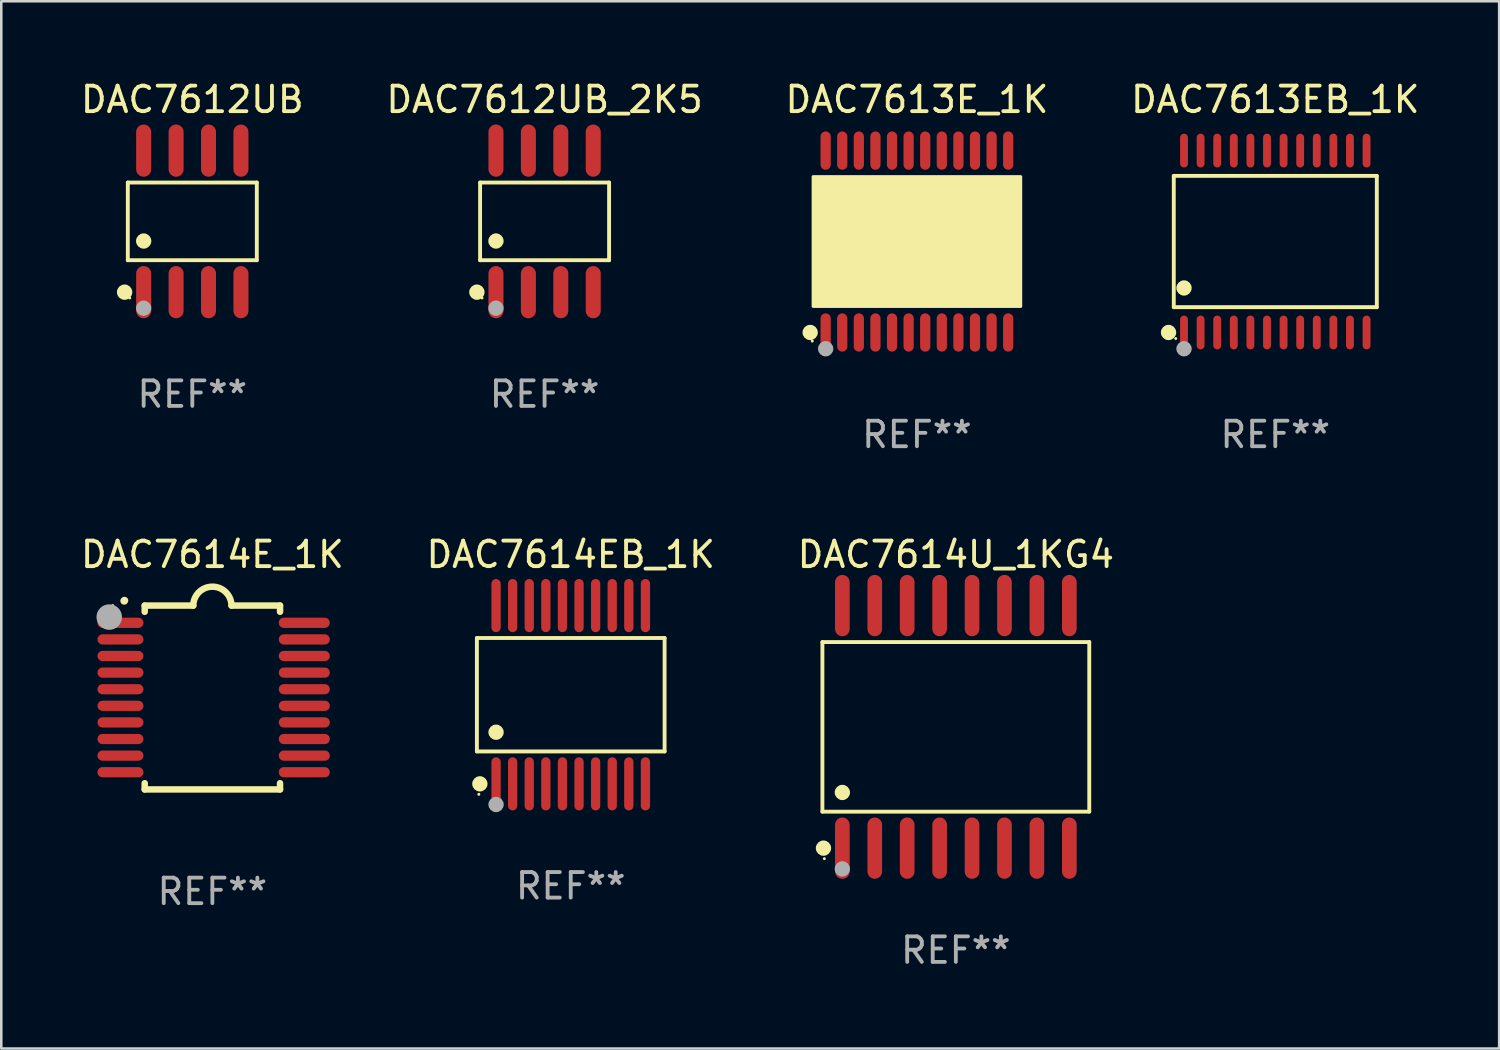
<source format=kicad_pcb>
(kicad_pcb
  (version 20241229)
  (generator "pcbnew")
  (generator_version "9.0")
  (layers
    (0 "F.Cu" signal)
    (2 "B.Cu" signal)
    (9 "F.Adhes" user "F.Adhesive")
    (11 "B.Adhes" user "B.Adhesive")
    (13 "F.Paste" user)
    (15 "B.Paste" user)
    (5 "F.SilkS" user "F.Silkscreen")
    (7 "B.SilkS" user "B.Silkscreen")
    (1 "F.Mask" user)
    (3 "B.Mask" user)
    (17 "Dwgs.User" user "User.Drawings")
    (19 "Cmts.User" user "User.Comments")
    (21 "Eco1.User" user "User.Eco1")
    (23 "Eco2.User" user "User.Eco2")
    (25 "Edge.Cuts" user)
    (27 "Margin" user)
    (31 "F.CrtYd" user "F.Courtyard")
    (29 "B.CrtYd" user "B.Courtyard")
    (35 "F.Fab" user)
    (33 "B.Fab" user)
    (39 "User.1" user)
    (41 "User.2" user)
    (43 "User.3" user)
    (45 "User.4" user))
  (footprint "DAC7612UB_2K5"
    (layer "F.Cu")
    (at 18.28 5.621)
    (property "Reference" "DAC7612UB_2K5" (at 0 -4.772 0) (layer "F.SilkS") (effects (font (size 1 1) (thickness 0.15))))
    (attr through_hole)
    (fp_line (start -2.526 -1.521) (end 2.526 -1.521) (stroke (width 0.152) (type solid)) (layer "F.SilkS"))
    (fp_line (start -2.526 1.521) (end -2.526 -1.521) (stroke (width 0.152) (type solid)) (layer "F.SilkS"))
    (fp_line (start 2.526 -1.521) (end 2.526 1.521) (stroke (width 0.152) (type solid)) (layer "F.SilkS"))
    (fp_line (start 2.526 1.521) (end -2.526 1.521) (stroke (width 0.152) (type solid)) (layer "F.SilkS"))
    (fp_circle (center -2.652 2.772) (end -2.501 2.772) (stroke (width 0.3) (type solid)) (fill no) (layer "F.SilkS"))
    (fp_circle (center -2.45 3) (end -2.42 3) (stroke (width 0.06) (type solid)) (fill no) (layer "F.SilkS"))
    (fp_circle (center -1.905 0.769) (end -1.755 0.769) (stroke (width 0.3) (type solid)) (fill no) (layer "F.SilkS"))
    (fp_circle (center -1.905 3.4) (end -1.755 3.4) (stroke (width 0.3) (type solid)) (fill no) (layer "F.Fab"))
    (fp_text user "REF**" (at 0 6.772 0) (layer "F.Fab") (effects (font (size 1 1) (thickness 0.15))))
    (pad "1" smd oval (at -1.905 2.772) (size 0.588 2.045) (layers "F.Cu" "F.Mask" "F.Paste"))
    (pad "2" smd oval (at -0.635 2.772) (size 0.588 2.045) (layers "F.Cu" "F.Mask" "F.Paste"))
    (pad "3" smd oval (at 0.635 2.772) (size 0.588 2.045) (layers "F.Cu" "F.Mask" "F.Paste"))
    (pad "4" smd oval (at 1.905 2.772) (size 0.588 2.045) (layers "F.Cu" "F.Mask" "F.Paste"))
    (pad "5" smd oval (at 1.905 -2.772) (size 0.588 2.045) (layers "F.Cu" "F.Mask" "F.Paste"))
    (pad "6" smd oval (at 0.635 -2.772) (size 0.588 2.045) (layers "F.Cu" "F.Mask" "F.Paste"))
    (pad "7" smd oval (at -0.635 -2.772) (size 0.588 2.045) (layers "F.Cu" "F.Mask" "F.Paste"))
    (pad "8" smd oval (at -1.905 -2.772) (size 0.588 2.045) (layers "F.Cu" "F.Mask" "F.Paste")))
  (footprint "DAC7614E_1K"
    (layer "F.Cu")
    (at 5.268 24.269)
    (property "Reference" "DAC7614E_1K" (at 0 -5.6 0) (layer "F.SilkS") (effects (font (size 1 1) (thickness 0.15))))
    (attr through_hole)
    (fp_line (start -2.65 -3.6) (end -2.65 -3.357) (stroke (width 0.254) (type solid)) (layer "F.SilkS"))
    (fp_line (start -2.65 -3.6) (end -0.75 -3.6) (stroke (width 0.254) (type solid)) (layer "F.SilkS"))
    (fp_line (start -2.65 3.357) (end -2.65 3.6) (stroke (width 0.254) (type solid)) (layer "F.SilkS"))
    (fp_line (start 2.65 -3.6) (end 0.75 -3.6) (stroke (width 0.254) (type solid)) (layer "F.SilkS"))
    (fp_line (start 2.65 -3.6) (end 2.65 -3.357) (stroke (width 0.254) (type solid)) (layer "F.SilkS"))
    (fp_line (start 2.65 3.357) (end 2.65 3.6) (stroke (width 0.254) (type solid)) (layer "F.SilkS"))
    (fp_line (start 2.65 3.6) (end -2.65 3.6) (stroke (width 0.254) (type solid)) (layer "F.SilkS"))
    (fp_arc (start -3.454407 -3.784608) (mid -3.449499 -3.78986) (end -3.444247 -3.794768) (stroke (width 0.3) (type solid)) (layer "F.SilkS"))
    (fp_arc (start -0.749301 -3.599186) (mid -0.000051 -4.348844) (end 0.750013 -3.6) (stroke (width 0.254001) (type solid)) (layer "F.SilkS"))
    (fp_circle (center -3.9 -3.6) (end -3.87 -3.6) (stroke (width 0.06) (type solid)) (fill no) (layer "F.SilkS"))
    (fp_circle (center -4.039 -3.15) (end -3.789 -3.15) (stroke (width 0.5) (type solid)) (fill no) (layer "F.Fab"))
    (fp_text user "REF**" (at 0 7.6 0) (layer "F.Fab") (effects (font (size 1 1) (thickness 0.15))))
    (pad "1" smd oval (at -3.6 -2.926 90) (size 0.4 1.8) (layers "F.Cu" "F.Mask" "F.Paste"))
    (pad "2" smd oval (at -3.6 -2.276 90) (size 0.4 1.8) (layers "F.Cu" "F.Mask" "F.Paste"))
    (pad "3" smd oval (at -3.6 -1.626 90) (size 0.4 1.8) (layers "F.Cu" "F.Mask" "F.Paste"))
    (pad "4" smd oval (at -3.6 -0.975 90) (size 0.4 1.8) (layers "F.Cu" "F.Mask" "F.Paste"))
    (pad "5" smd oval (at -3.6 -0.325 90) (size 0.4 1.8) (layers "F.Cu" "F.Mask" "F.Paste"))
    (pad "6" smd oval (at -3.6 0.325 90) (size 0.4 1.8) (layers "F.Cu" "F.Mask" "F.Paste"))
    (pad "7" smd oval (at -3.6 0.975 90) (size 0.4 1.8) (layers "F.Cu" "F.Mask" "F.Paste"))
    (pad "8" smd oval (at -3.6 1.626 90) (size 0.4 1.8) (layers "F.Cu" "F.Mask" "F.Paste"))
    (pad "9" smd oval (at -3.6 2.276 90) (size 0.4 1.8) (layers "F.Cu" "F.Mask" "F.Paste"))
    (pad "10" smd oval (at -3.6 2.926 90) (size 0.4 1.8) (layers "F.Cu" "F.Mask" "F.Paste"))
    (pad "11" smd oval (at 3.6 2.926 90) (size 0.4 2) (layers "F.Cu" "F.Mask" "F.Paste"))
    (pad "12" smd oval (at 3.6 2.276 90) (size 0.4 2) (layers "F.Cu" "F.Mask" "F.Paste"))
    (pad "13" smd oval (at 3.6 1.626 90) (size 0.4 2) (layers "F.Cu" "F.Mask" "F.Paste"))
    (pad "14" smd oval (at 3.6 0.975 90) (size 0.4 2) (layers "F.Cu" "F.Mask" "F.Paste"))
    (pad "15" smd oval (at 3.6 0.325 90) (size 0.4 2) (layers "F.Cu" "F.Mask" "F.Paste"))
    (pad "16" smd oval (at 3.6 -0.325 90) (size 0.4 2) (layers "F.Cu" "F.Mask" "F.Paste"))
    (pad "17" smd oval (at 3.6 -0.975 90) (size 0.4 2) (layers "F.Cu" "F.Mask" "F.Paste"))
    (pad "18" smd oval (at 3.6 -1.626 90) (size 0.4 2) (layers "F.Cu" "F.Mask" "F.Paste"))
    (pad "19" smd oval (at 3.6 -2.276 90) (size 0.4 2) (layers "F.Cu" "F.Mask" "F.Paste"))
    (pad "20" smd oval (at 3.6 -2.926 90) (size 0.4 2) (layers "F.Cu" "F.Mask" "F.Paste")))
  (footprint "DAC7613E_1K"
    (layer "F.Cu")
    (at 32.863 6.41)
    (property "Reference" "DAC7613E_1K" (at 0 -5.562 0) (layer "F.SilkS") (effects (font (size 1 1) (thickness 0.15))))
    (attr through_hole)
    (fp_circle (center -4.181 3.562) (end -4.031 3.562) (stroke (width 0.3) (type solid)) (fill no) (layer "F.SilkS"))
    (fp_circle (center -4.1 3.9) (end -4.07 3.9) (stroke (width 0.06) (type solid)) (fill no) (layer "F.SilkS"))
    (fp_circle (center -3.575 1.819) (end -3.425 1.819) (stroke (width 0.3) (type solid)) (fill no) (layer "F.SilkS"))
    (fp_poly (pts (xy -4.064 -2.54) (xy 4.064 -2.54) (xy 4.064 2.54) (xy -4.064 2.54)) (stroke (width 0.12) (type solid)) (fill yes) (layer "F.SilkS"))
    (fp_circle (center -3.575 4.2) (end -3.425 4.2) (stroke (width 0.3) (type solid)) (fill no) (layer "F.Fab"))
    (fp_text user "REF**" (at 0 7.562 0) (layer "F.Fab") (effects (font (size 1 1) (thickness 0.15))))
    (pad "1" smd oval (at -3.575 3.562) (size 0.4 1.5) (layers "F.Cu" "F.Mask" "F.Paste"))
    (pad "2" smd oval (at -2.925 3.562) (size 0.4 1.5) (layers "F.Cu" "F.Mask" "F.Paste"))
    (pad "3" smd oval (at -2.275 3.562) (size 0.4 1.5) (layers "F.Cu" "F.Mask" "F.Paste"))
    (pad "4" smd oval (at -1.625 3.562) (size 0.4 1.5) (layers "F.Cu" "F.Mask" "F.Paste"))
    (pad "5" smd oval (at -0.975 3.562) (size 0.4 1.5) (layers "F.Cu" "F.Mask" "F.Paste"))
    (pad "6" smd oval (at -0.325 3.562) (size 0.4 1.5) (layers "F.Cu" "F.Mask" "F.Paste"))
    (pad "7" smd oval (at 0.325 3.562) (size 0.4 1.5) (layers "F.Cu" "F.Mask" "F.Paste"))
    (pad "8" smd oval (at 0.975 3.562) (size 0.4 1.5) (layers "F.Cu" "F.Mask" "F.Paste"))
    (pad "9" smd oval (at 1.625 3.562) (size 0.4 1.5) (layers "F.Cu" "F.Mask" "F.Paste"))
    (pad "10" smd oval (at 2.275 3.562) (size 0.4 1.5) (layers "F.Cu" "F.Mask" "F.Paste"))
    (pad "11" smd oval (at 2.925 3.562) (size 0.4 1.5) (layers "F.Cu" "F.Mask" "F.Paste"))
    (pad "12" smd oval (at 3.575 3.562) (size 0.4 1.5) (layers "F.Cu" "F.Mask" "F.Paste"))
    (pad "13" smd oval (at 3.575 -3.562) (size 0.4 1.5) (layers "F.Cu" "F.Mask" "F.Paste"))
    (pad "14" smd oval (at 2.925 -3.562) (size 0.4 1.5) (layers "F.Cu" "F.Mask" "F.Paste"))
    (pad "15" smd oval (at 2.275 -3.562) (size 0.4 1.5) (layers "F.Cu" "F.Mask" "F.Paste"))
    (pad "16" smd oval (at 1.625 -3.562) (size 0.4 1.5) (layers "F.Cu" "F.Mask" "F.Paste"))
    (pad "17" smd oval (at 0.975 -3.562) (size 0.4 1.5) (layers "F.Cu" "F.Mask" "F.Paste"))
    (pad "18" smd oval (at 0.325 -3.562) (size 0.4 1.5) (layers "F.Cu" "F.Mask" "F.Paste"))
    (pad "19" smd oval (at -0.325 -3.562) (size 0.4 1.5) (layers "F.Cu" "F.Mask" "F.Paste"))
    (pad "20" smd oval (at -0.975 -3.562) (size 0.4 1.5) (layers "F.Cu" "F.Mask" "F.Paste"))
    (pad "21" smd oval (at -1.625 -3.562) (size 0.4 1.5) (layers "F.Cu" "F.Mask" "F.Paste"))
    (pad "22" smd oval (at -2.275 -3.562) (size 0.4 1.5) (layers "F.Cu" "F.Mask" "F.Paste"))
    (pad "23" smd oval (at -2.925 -3.562) (size 0.4 1.5) (layers "F.Cu" "F.Mask" "F.Paste"))
    (pad "24" smd oval (at -3.575 -3.562) (size 0.4 1.5) (layers "F.Cu" "F.Mask" "F.Paste")))
  (footprint "DAC7612UB"
    (layer "F.Cu")
    (at 4.482 5.621)
    (property "Reference" "DAC7612UB" (at 0 -4.772 0) (layer "F.SilkS") (effects (font (size 1 1) (thickness 0.15))))
    (attr through_hole)
    (fp_line (start -2.526 -1.521) (end 2.526 -1.521) (stroke (width 0.152) (type solid)) (layer "F.SilkS"))
    (fp_line (start -2.526 1.521) (end -2.526 -1.521) (stroke (width 0.152) (type solid)) (layer "F.SilkS"))
    (fp_line (start 2.526 -1.521) (end 2.526 1.521) (stroke (width 0.152) (type solid)) (layer "F.SilkS"))
    (fp_line (start 2.526 1.521) (end -2.526 1.521) (stroke (width 0.152) (type solid)) (layer "F.SilkS"))
    (fp_circle (center -2.652 2.772) (end -2.501 2.772) (stroke (width 0.3) (type solid)) (fill no) (layer "F.SilkS"))
    (fp_circle (center -2.45 3) (end -2.42 3) (stroke (width 0.06) (type solid)) (fill no) (layer "F.SilkS"))
    (fp_circle (center -1.905 0.769) (end -1.755 0.769) (stroke (width 0.3) (type solid)) (fill no) (layer "F.SilkS"))
    (fp_circle (center -1.905 3.4) (end -1.755 3.4) (stroke (width 0.3) (type solid)) (fill no) (layer "F.Fab"))
    (fp_text user "REF**" (at 0 6.772 0) (layer "F.Fab") (effects (font (size 1 1) (thickness 0.15))))
    (pad "1" smd oval (at -1.905 2.772) (size 0.588 2.045) (layers "F.Cu" "F.Mask" "F.Paste"))
    (pad "2" smd oval (at -0.635 2.772) (size 0.588 2.045) (layers "F.Cu" "F.Mask" "F.Paste"))
    (pad "3" smd oval (at 0.635 2.772) (size 0.588 2.045) (layers "F.Cu" "F.Mask" "F.Paste"))
    (pad "4" smd oval (at 1.905 2.772) (size 0.588 2.045) (layers "F.Cu" "F.Mask" "F.Paste"))
    (pad "5" smd oval (at 1.905 -2.772) (size 0.588 2.045) (layers "F.Cu" "F.Mask" "F.Paste"))
    (pad "6" smd oval (at 0.635 -2.772) (size 0.588 2.045) (layers "F.Cu" "F.Mask" "F.Paste"))
    (pad "7" smd oval (at -0.635 -2.772) (size 0.588 2.045) (layers "F.Cu" "F.Mask" "F.Paste"))
    (pad "8" smd oval (at -1.905 -2.772) (size 0.588 2.045) (layers "F.Cu" "F.Mask" "F.Paste")))
  (footprint "DAC7613EB_1K"
    (layer "F.Cu")
    (at 46.899 6.41)
    (property "Reference" "DAC7613EB_1K" (at 0 -5.562 0) (layer "F.SilkS") (effects (font (size 1 1) (thickness 0.15))))
    (attr through_hole)
    (fp_line (start -3.976 -2.571) (end 3.976 -2.571) (stroke (width 0.152) (type solid)) (layer "F.SilkS"))
    (fp_line (start -3.976 2.571) (end -3.976 -2.571) (stroke (width 0.152) (type solid)) (layer "F.SilkS"))
    (fp_line (start 3.976 -2.571) (end 3.976 2.571) (stroke (width 0.152) (type solid)) (layer "F.SilkS"))
    (fp_line (start 3.976 2.571) (end -3.976 2.571) (stroke (width 0.152) (type solid)) (layer "F.SilkS"))
    (fp_circle (center -4.181 3.562) (end -4.031 3.562) (stroke (width 0.3) (type solid)) (fill no) (layer "F.SilkS"))
    (fp_circle (center -3.9 3.8) (end -3.87 3.8) (stroke (width 0.06) (type solid)) (fill no) (layer "F.SilkS"))
    (fp_circle (center -3.575 1.819) (end -3.425 1.819) (stroke (width 0.3) (type solid)) (fill no) (layer "F.SilkS"))
    (fp_circle (center -3.575 4.2) (end -3.425 4.2) (stroke (width 0.3) (type solid)) (fill no) (layer "F.Fab"))
    (fp_text user "REF**" (at 0 7.562 0) (layer "F.Fab") (effects (font (size 1 1) (thickness 0.15))))
    (pad "1" smd oval (at -3.575 3.562) (size 0.308 1.324) (layers "F.Cu" "F.Mask" "F.Paste"))
    (pad "2" smd oval (at -2.925 3.562) (size 0.308 1.324) (layers "F.Cu" "F.Mask" "F.Paste"))
    (pad "3" smd oval (at -2.275 3.562) (size 0.308 1.324) (layers "F.Cu" "F.Mask" "F.Paste"))
    (pad "4" smd oval (at -1.625 3.562) (size 0.308 1.324) (layers "F.Cu" "F.Mask" "F.Paste"))
    (pad "5" smd oval (at -0.975 3.562) (size 0.308 1.324) (layers "F.Cu" "F.Mask" "F.Paste"))
    (pad "6" smd oval (at -0.325 3.562) (size 0.308 1.324) (layers "F.Cu" "F.Mask" "F.Paste"))
    (pad "7" smd oval (at 0.325 3.562) (size 0.308 1.324) (layers "F.Cu" "F.Mask" "F.Paste"))
    (pad "8" smd oval (at 0.975 3.562) (size 0.308 1.324) (layers "F.Cu" "F.Mask" "F.Paste"))
    (pad "9" smd oval (at 1.625 3.562) (size 0.308 1.324) (layers "F.Cu" "F.Mask" "F.Paste"))
    (pad "10" smd oval (at 2.275 3.562) (size 0.308 1.324) (layers "F.Cu" "F.Mask" "F.Paste"))
    (pad "11" smd oval (at 2.925 3.562) (size 0.308 1.324) (layers "F.Cu" "F.Mask" "F.Paste"))
    (pad "12" smd oval (at 3.575 3.562) (size 0.308 1.324) (layers "F.Cu" "F.Mask" "F.Paste"))
    (pad "13" smd oval (at 3.575 -3.562) (size 0.308 1.324) (layers "F.Cu" "F.Mask" "F.Paste"))
    (pad "14" smd oval (at 2.925 -3.562) (size 0.308 1.324) (layers "F.Cu" "F.Mask" "F.Paste"))
    (pad "15" smd oval (at 2.275 -3.562) (size 0.308 1.324) (layers "F.Cu" "F.Mask" "F.Paste"))
    (pad "16" smd oval (at 1.625 -3.562) (size 0.308 1.324) (layers "F.Cu" "F.Mask" "F.Paste"))
    (pad "17" smd oval (at 0.975 -3.562) (size 0.308 1.324) (layers "F.Cu" "F.Mask" "F.Paste"))
    (pad "18" smd oval (at 0.325 -3.562) (size 0.308 1.324) (layers "F.Cu" "F.Mask" "F.Paste"))
    (pad "19" smd oval (at -0.325 -3.562) (size 0.308 1.324) (layers "F.Cu" "F.Mask" "F.Paste"))
    (pad "20" smd oval (at -0.975 -3.562) (size 0.308 1.324) (layers "F.Cu" "F.Mask" "F.Paste"))
    (pad "21" smd oval (at -1.625 -3.562) (size 0.308 1.324) (layers "F.Cu" "F.Mask" "F.Paste"))
    (pad "22" smd oval (at -2.275 -3.562) (size 0.308 1.324) (layers "F.Cu" "F.Mask" "F.Paste"))
    (pad "23" smd oval (at -2.925 -3.562) (size 0.308 1.324) (layers "F.Cu" "F.Mask" "F.Paste"))
    (pad "24" smd oval (at -3.575 -3.562) (size 0.308 1.324) (layers "F.Cu" "F.Mask" "F.Paste")))
  (footprint "DAC7614U_1KG4"
    (layer "F.Cu")
    (at 34.387 25.419)
    (property "Reference" "DAC7614U_1KG4" (at 0 -6.75 0) (layer "F.SilkS") (effects (font (size 1 1) (thickness 0.15))))
    (attr through_hole)
    (fp_line (start -5.226 -3.321) (end 5.226 -3.321) (stroke (width 0.152) (type solid)) (layer "F.SilkS"))
    (fp_line (start -5.226 3.321) (end -5.226 -3.321) (stroke (width 0.152) (type solid)) (layer "F.SilkS"))
    (fp_line (start 5.226 -3.321) (end 5.226 3.321) (stroke (width 0.152) (type solid)) (layer "F.SilkS"))
    (fp_line (start 5.226 3.321) (end -5.226 3.321) (stroke (width 0.152) (type solid)) (layer "F.SilkS"))
    (fp_circle (center -5.184 4.75) (end -5.034 4.75) (stroke (width 0.3) (type solid)) (fill no) (layer "F.SilkS"))
    (fp_circle (center -5.15 5.163) (end -5.12 5.163) (stroke (width 0.06) (type solid)) (fill no) (layer "F.SilkS"))
    (fp_circle (center -4.445 2.569) (end -4.295 2.569) (stroke (width 0.3) (type solid)) (fill no) (layer "F.SilkS"))
    (fp_circle (center -4.445 5.563) (end -4.295 5.563) (stroke (width 0.3) (type solid)) (fill no) (layer "F.Fab"))
    (fp_text user "REF**" (at 0 8.75 0) (layer "F.Fab") (effects (font (size 1 1) (thickness 0.15))))
    (pad "1" smd oval (at -4.445 4.75) (size 0.574 2.401) (layers "F.Cu" "F.Mask" "F.Paste"))
    (pad "2" smd oval (at -3.175 4.75) (size 0.574 2.401) (layers "F.Cu" "F.Mask" "F.Paste"))
    (pad "3" smd oval (at -1.905 4.75) (size 0.574 2.401) (layers "F.Cu" "F.Mask" "F.Paste"))
    (pad "4" smd oval (at -0.635 4.75) (size 0.574 2.401) (layers "F.Cu" "F.Mask" "F.Paste"))
    (pad "5" smd oval (at 0.635 4.75) (size 0.574 2.401) (layers "F.Cu" "F.Mask" "F.Paste"))
    (pad "6" smd oval (at 1.905 4.75) (size 0.574 2.401) (layers "F.Cu" "F.Mask" "F.Paste"))
    (pad "7" smd oval (at 3.175 4.75) (size 0.574 2.401) (layers "F.Cu" "F.Mask" "F.Paste"))
    (pad "8" smd oval (at 4.445 4.75) (size 0.574 2.401) (layers "F.Cu" "F.Mask" "F.Paste"))
    (pad "9" smd oval (at 4.445 -4.75) (size 0.574 2.401) (layers "F.Cu" "F.Mask" "F.Paste"))
    (pad "10" smd oval (at 3.175 -4.75) (size 0.574 2.401) (layers "F.Cu" "F.Mask" "F.Paste"))
    (pad "11" smd oval (at 1.905 -4.75) (size 0.574 2.401) (layers "F.Cu" "F.Mask" "F.Paste"))
    (pad "12" smd oval (at 0.635 -4.75) (size 0.574 2.401) (layers "F.Cu" "F.Mask" "F.Paste"))
    (pad "13" smd oval (at -0.635 -4.75) (size 0.574 2.401) (layers "F.Cu" "F.Mask" "F.Paste"))
    (pad "14" smd oval (at -1.905 -4.75) (size 0.574 2.401) (layers "F.Cu" "F.Mask" "F.Paste"))
    (pad "15" smd oval (at -3.175 -4.75) (size 0.574 2.401) (layers "F.Cu" "F.Mask" "F.Paste"))
    (pad "16" smd oval (at -4.445 -4.75) (size 0.574 2.401) (layers "F.Cu" "F.Mask" "F.Paste")))
  (footprint "DAC7614EB_1K"
    (layer "F.Cu")
    (at 19.304 24.16)
    (property "Reference" "DAC7614EB_1K" (at 0 -5.491 0) (layer "F.SilkS") (effects (font (size 1 1) (thickness 0.15))))
    (attr through_hole)
    (fp_line (start -3.676 -2.221) (end 3.676 -2.221) (stroke (width 0.152) (type solid)) (layer "F.SilkS"))
    (fp_line (start -3.676 2.221) (end -3.676 -2.221) (stroke (width 0.152) (type solid)) (layer "F.SilkS"))
    (fp_line (start 3.676 -2.221) (end 3.676 2.221) (stroke (width 0.152) (type solid)) (layer "F.SilkS"))
    (fp_line (start 3.676 2.221) (end -3.676 2.221) (stroke (width 0.152) (type solid)) (layer "F.SilkS"))
    (fp_circle (center -3.6 3.9) (end -3.57 3.9) (stroke (width 0.06) (type solid)) (fill no) (layer "F.SilkS"))
    (fp_circle (center -3.559 3.491) (end -3.409 3.491) (stroke (width 0.3) (type solid)) (fill no) (layer "F.SilkS"))
    (fp_circle (center -2.925 1.469) (end -2.775 1.469) (stroke (width 0.3) (type solid)) (fill no) (layer "F.SilkS"))
    (fp_circle (center -2.925 4.3) (end -2.775 4.3) (stroke (width 0.3) (type solid)) (fill no) (layer "F.Fab"))
    (fp_text user "REF**" (at 0 7.491 0) (layer "F.Fab") (effects (font (size 1 1) (thickness 0.15))))
    (pad "1" smd oval (at -2.925 3.491) (size 0.364 2.082) (layers "F.Cu" "F.Mask" "F.Paste"))
    (pad "2" smd oval (at -2.275 3.491) (size 0.364 2.082) (layers "F.Cu" "F.Mask" "F.Paste"))
    (pad "3" smd oval (at -1.625 3.491) (size 0.364 2.082) (layers "F.Cu" "F.Mask" "F.Paste"))
    (pad "4" smd oval (at -0.975 3.491) (size 0.364 2.082) (layers "F.Cu" "F.Mask" "F.Paste"))
    (pad "5" smd oval (at -0.325 3.491) (size 0.364 2.082) (layers "F.Cu" "F.Mask" "F.Paste"))
    (pad "6" smd oval (at 0.325 3.491) (size 0.364 2.082) (layers "F.Cu" "F.Mask" "F.Paste"))
    (pad "7" smd oval (at 0.975 3.491) (size 0.364 2.082) (layers "F.Cu" "F.Mask" "F.Paste"))
    (pad "8" smd oval (at 1.625 3.491) (size 0.364 2.082) (layers "F.Cu" "F.Mask" "F.Paste"))
    (pad "9" smd oval (at 2.275 3.491) (size 0.364 2.082) (layers "F.Cu" "F.Mask" "F.Paste"))
    (pad "10" smd oval (at 2.925 3.491) (size 0.364 2.082) (layers "F.Cu" "F.Mask" "F.Paste"))
    (pad "11" smd oval (at 2.925 -3.491) (size 0.364 2.082) (layers "F.Cu" "F.Mask" "F.Paste"))
    (pad "12" smd oval (at 2.275 -3.491) (size 0.364 2.082) (layers "F.Cu" "F.Mask" "F.Paste"))
    (pad "13" smd oval (at 1.625 -3.491) (size 0.364 2.082) (layers "F.Cu" "F.Mask" "F.Paste"))
    (pad "14" smd oval (at 0.975 -3.491) (size 0.364 2.082) (layers "F.Cu" "F.Mask" "F.Paste"))
    (pad "15" smd oval (at 0.325 -3.491) (size 0.364 2.082) (layers "F.Cu" "F.Mask" "F.Paste"))
    (pad "16" smd oval (at -0.325 -3.491) (size 0.364 2.082) (layers "F.Cu" "F.Mask" "F.Paste"))
    (pad "17" smd oval (at -0.975 -3.491) (size 0.364 2.082) (layers "F.Cu" "F.Mask" "F.Paste"))
    (pad "18" smd oval (at -1.625 -3.491) (size 0.364 2.082) (layers "F.Cu" "F.Mask" "F.Paste"))
    (pad "19" smd oval (at -2.275 -3.491) (size 0.364 2.082) (layers "F.Cu" "F.Mask" "F.Paste"))
    (pad "20" smd oval (at -2.925 -3.491) (size 0.364 2.082) (layers "F.Cu" "F.Mask" "F.Paste")))
  (gr_rect
    (start -3 -3)
    (end 55.667 38.018)
    (stroke (width 0.1) (type default))
    (fill no)
    (layer "Edge.Cuts")))
</source>
